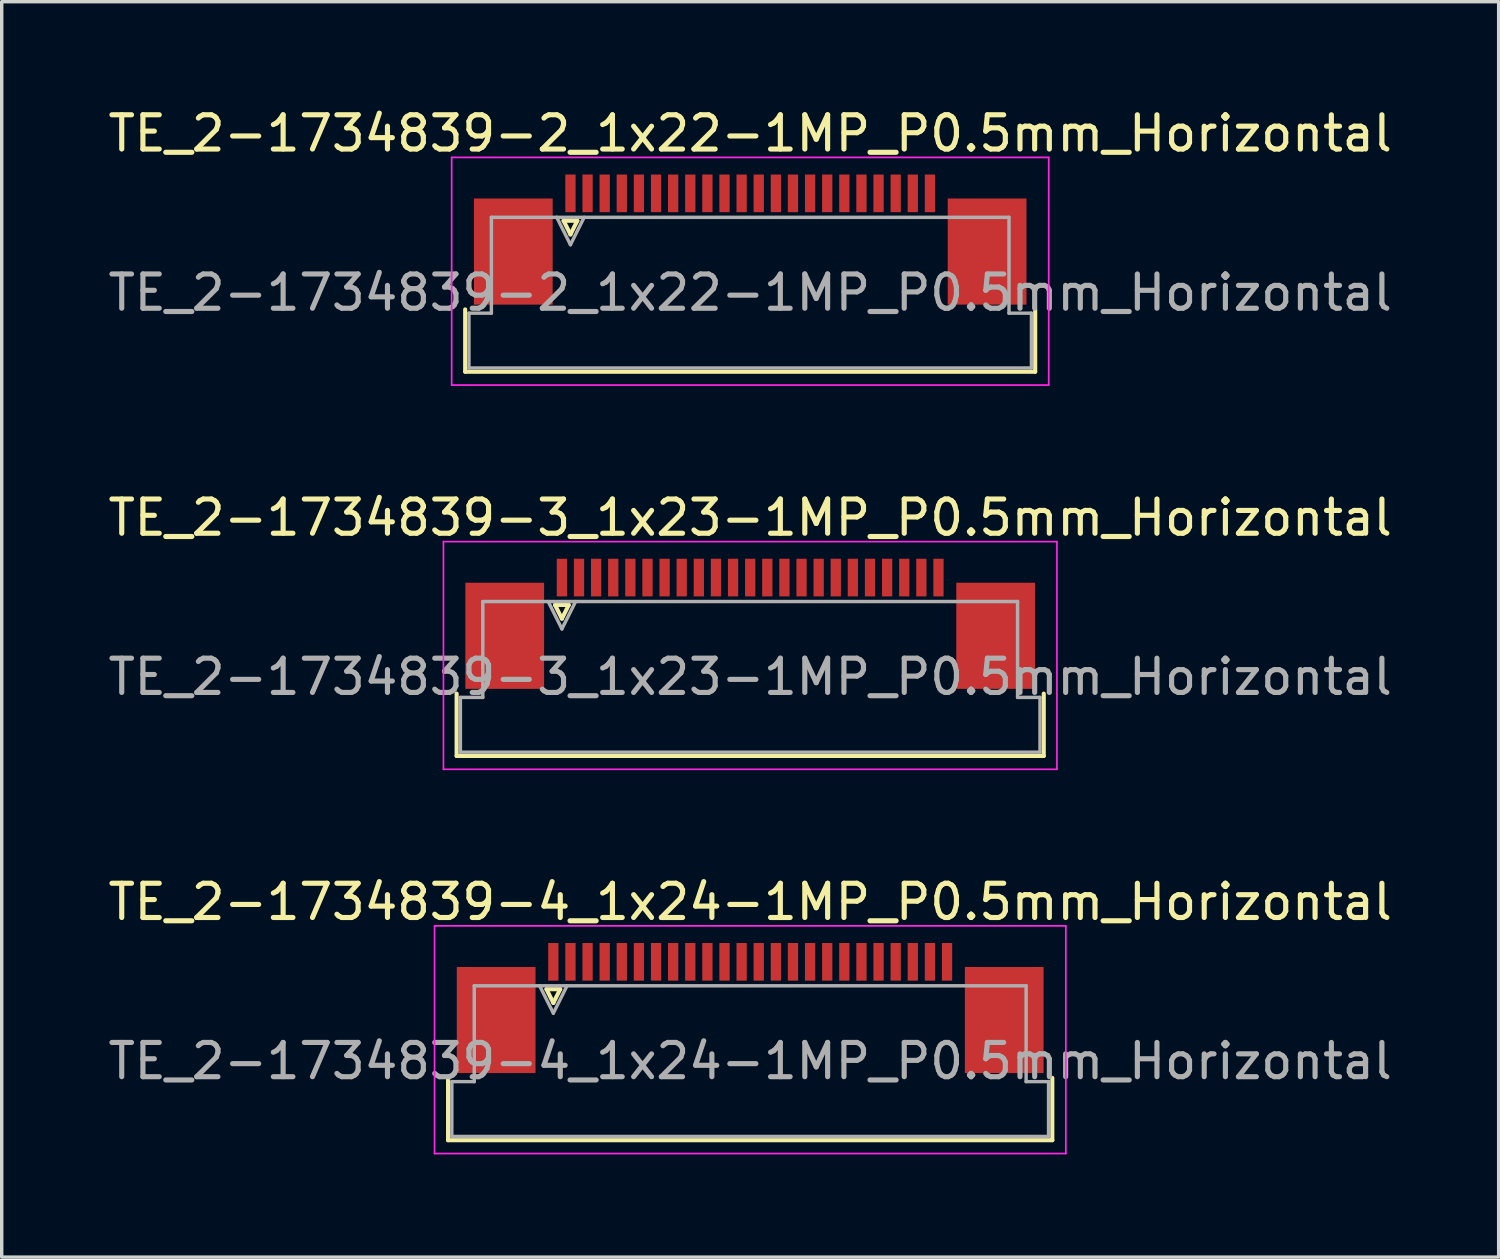
<source format=kicad_pcb>
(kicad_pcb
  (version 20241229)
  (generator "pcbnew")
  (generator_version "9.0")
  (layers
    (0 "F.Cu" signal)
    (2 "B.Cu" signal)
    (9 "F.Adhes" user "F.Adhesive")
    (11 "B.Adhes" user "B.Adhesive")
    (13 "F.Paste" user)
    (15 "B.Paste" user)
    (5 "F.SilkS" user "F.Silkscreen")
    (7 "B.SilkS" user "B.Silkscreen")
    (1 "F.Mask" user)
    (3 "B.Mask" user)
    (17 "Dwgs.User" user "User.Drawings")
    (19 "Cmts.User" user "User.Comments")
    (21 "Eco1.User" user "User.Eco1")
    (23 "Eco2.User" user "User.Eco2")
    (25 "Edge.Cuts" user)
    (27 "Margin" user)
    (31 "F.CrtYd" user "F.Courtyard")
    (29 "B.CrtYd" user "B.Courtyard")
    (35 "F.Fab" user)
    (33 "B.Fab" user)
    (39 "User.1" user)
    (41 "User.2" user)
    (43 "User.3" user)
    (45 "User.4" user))
  (footprint "TE_2-1734839-2_1x22-1MP_P0.5mm_Horizontal"
    (layer "F.Cu")
    (at 18.863 4.398)
    (property "Reference" "TE_2-1734839-2_1x22-1MP_P0.5mm_Horizontal" (at 0 -3.55 0) (layer "F.SilkS") (effects (font (size 1 1) (thickness 0.15))))
    (attr smd)
    (fp_line (start -8.325 3.41) (end -8.325 1.59) (stroke (width 0.12) (type solid)) (layer "F.SilkS"))
    (fp_line (start -5.45 -1) (end -5.25 -0.6) (stroke (width 0.12) (type solid)) (layer "F.SilkS"))
    (fp_line (start -5.25 -0.6) (end -5.05 -1) (stroke (width 0.12) (type solid)) (layer "F.SilkS"))
    (fp_line (start -5.05 -1) (end -5.45 -1) (stroke (width 0.12) (type solid)) (layer "F.SilkS"))
    (fp_line (start 8.325 1.59) (end 8.325 3.41) (stroke (width 0.12) (type solid)) (layer "F.SilkS"))
    (fp_line (start 8.325 3.41) (end -8.325 3.41) (stroke (width 0.12) (type solid)) (layer "F.SilkS"))
    (fp_line (start -8.72 -2.85) (end -8.72 3.8) (stroke (width 0.05) (type solid)) (layer "F.CrtYd"))
    (fp_line (start -8.72 3.8) (end 8.72 3.8) (stroke (width 0.05) (type solid)) (layer "F.CrtYd"))
    (fp_line (start 8.72 -2.85) (end -8.72 -2.85) (stroke (width 0.05) (type solid)) (layer "F.CrtYd"))
    (fp_line (start 8.72 3.8) (end 8.72 -2.85) (stroke (width 0.05) (type solid)) (layer "F.CrtYd"))
    (fp_line (start -8.215 1.7) (end -7.56 1.7) (stroke (width 0.1) (type solid)) (layer "F.Fab"))
    (fp_line (start -8.215 3.3) (end -8.215 1.7) (stroke (width 0.1) (type solid)) (layer "F.Fab"))
    (fp_line (start -7.56 -1.1) (end 7.56 -1.1) (stroke (width 0.1) (type solid)) (layer "F.Fab"))
    (fp_line (start -7.56 1.7) (end -7.56 -1.1) (stroke (width 0.1) (type solid)) (layer "F.Fab"))
    (fp_line (start -5.65 -1.1) (end -5.25 -0.3) (stroke (width 0.1) (type solid)) (layer "F.Fab"))
    (fp_line (start -5.25 -0.3) (end -4.85 -1.1) (stroke (width 0.1) (type solid)) (layer "F.Fab"))
    (fp_line (start 7.56 -1.1) (end 7.56 1.7) (stroke (width 0.1) (type solid)) (layer "F.Fab"))
    (fp_line (start 7.56 1.7) (end 8.215 1.7) (stroke (width 0.1) (type solid)) (layer "F.Fab"))
    (fp_line (start 8.215 1.7) (end 8.215 3.3) (stroke (width 0.1) (type solid)) (layer "F.Fab"))
    (fp_line (start 8.215 3.3) (end -8.215 3.3) (stroke (width 0.1) (type solid)) (layer "F.Fab"))
    (fp_text user "${REFERENCE}" (at 0 1.1 0) (layer "F.Fab") (effects (font (size 1 1) (thickness 0.15))))
    (pad "1" smd rect (at -5.25 -1.8) (size 0.3 1.1) (layers "F.Cu" "F.Mask" "F.Paste"))
    (pad "2" smd rect (at -4.75 -1.8) (size 0.3 1.1) (layers "F.Cu" "F.Mask" "F.Paste"))
    (pad "3" smd rect (at -4.25 -1.8) (size 0.3 1.1) (layers "F.Cu" "F.Mask" "F.Paste"))
    (pad "4" smd rect (at -3.75 -1.8) (size 0.3 1.1) (layers "F.Cu" "F.Mask" "F.Paste"))
    (pad "5" smd rect (at -3.25 -1.8) (size 0.3 1.1) (layers "F.Cu" "F.Mask" "F.Paste"))
    (pad "6" smd rect (at -2.75 -1.8) (size 0.3 1.1) (layers "F.Cu" "F.Mask" "F.Paste"))
    (pad "7" smd rect (at -2.25 -1.8) (size 0.3 1.1) (layers "F.Cu" "F.Mask" "F.Paste"))
    (pad "8" smd rect (at -1.75 -1.8) (size 0.3 1.1) (layers "F.Cu" "F.Mask" "F.Paste"))
    (pad "9" smd rect (at -1.25 -1.8) (size 0.3 1.1) (layers "F.Cu" "F.Mask" "F.Paste"))
    (pad "10" smd rect (at -0.75 -1.8) (size 0.3 1.1) (layers "F.Cu" "F.Mask" "F.Paste"))
    (pad "11" smd rect (at -0.25 -1.8) (size 0.3 1.1) (layers "F.Cu" "F.Mask" "F.Paste"))
    (pad "12" smd rect (at 0.25 -1.8) (size 0.3 1.1) (layers "F.Cu" "F.Mask" "F.Paste"))
    (pad "13" smd rect (at 0.75 -1.8) (size 0.3 1.1) (layers "F.Cu" "F.Mask" "F.Paste"))
    (pad "14" smd rect (at 1.25 -1.8) (size 0.3 1.1) (layers "F.Cu" "F.Mask" "F.Paste"))
    (pad "15" smd rect (at 1.75 -1.8) (size 0.3 1.1) (layers "F.Cu" "F.Mask" "F.Paste"))
    (pad "16" smd rect (at 2.25 -1.8) (size 0.3 1.1) (layers "F.Cu" "F.Mask" "F.Paste"))
    (pad "17" smd rect (at 2.75 -1.8) (size 0.3 1.1) (layers "F.Cu" "F.Mask" "F.Paste"))
    (pad "18" smd rect (at 3.25 -1.8) (size 0.3 1.1) (layers "F.Cu" "F.Mask" "F.Paste"))
    (pad "19" smd rect (at 3.75 -1.8) (size 0.3 1.1) (layers "F.Cu" "F.Mask" "F.Paste"))
    (pad "20" smd rect (at 4.25 -1.8) (size 0.3 1.1) (layers "F.Cu" "F.Mask" "F.Paste"))
    (pad "21" smd rect (at 4.75 -1.8) (size 0.3 1.1) (layers "F.Cu" "F.Mask" "F.Paste"))
    (pad "22" smd rect (at 5.25 -1.8) (size 0.3 1.1) (layers "F.Cu" "F.Mask" "F.Paste"))
    (pad "MP" smd rect (at -6.92 -0.1) (size 2.3 3.1) (layers "F.Cu" "F.Mask" "F.Paste"))
    (pad "MP" smd rect (at 6.92 -0.1) (size 2.3 3.1) (layers "F.Cu" "F.Mask" "F.Paste")))
  (footprint "TE_2-1734839-4_1x24-1MP_P0.5mm_Horizontal"
    (layer "F.Cu")
    (at 18.863 26.395)
    (property "Reference" "TE_2-1734839-4_1x24-1MP_P0.5mm_Horizontal" (at 0 -3.1 0) (layer "F.SilkS") (effects (font (size 1 1) (thickness 0.15))))
    (attr smd)
    (fp_line (start -8.825 3.86) (end -8.825 2.04) (stroke (width 0.12) (type solid)) (layer "F.SilkS"))
    (fp_line (start -5.95 -0.55) (end -5.75 -0.15) (stroke (width 0.12) (type solid)) (layer "F.SilkS"))
    (fp_line (start -5.75 -0.15) (end -5.55 -0.55) (stroke (width 0.12) (type solid)) (layer "F.SilkS"))
    (fp_line (start -5.55 -0.55) (end -5.95 -0.55) (stroke (width 0.12) (type solid)) (layer "F.SilkS"))
    (fp_line (start 8.825 2.04) (end 8.825 3.86) (stroke (width 0.12) (type solid)) (layer "F.SilkS"))
    (fp_line (start 8.825 3.86) (end -8.825 3.86) (stroke (width 0.12) (type solid)) (layer "F.SilkS"))
    (fp_line (start -9.22 -2.4) (end -9.22 4.25) (stroke (width 0.05) (type solid)) (layer "F.CrtYd"))
    (fp_line (start -9.22 4.25) (end 9.22 4.25) (stroke (width 0.05) (type solid)) (layer "F.CrtYd"))
    (fp_line (start 9.22 -2.4) (end -9.22 -2.4) (stroke (width 0.05) (type solid)) (layer "F.CrtYd"))
    (fp_line (start 9.22 4.25) (end 9.22 -2.4) (stroke (width 0.05) (type solid)) (layer "F.CrtYd"))
    (fp_line (start -8.715 2.15) (end -8.06 2.15) (stroke (width 0.1) (type solid)) (layer "F.Fab"))
    (fp_line (start -8.715 3.75) (end -8.715 2.15) (stroke (width 0.1) (type solid)) (layer "F.Fab"))
    (fp_line (start -8.06 -0.65) (end 8.06 -0.65) (stroke (width 0.1) (type solid)) (layer "F.Fab"))
    (fp_line (start -8.06 2.15) (end -8.06 -0.65) (stroke (width 0.1) (type solid)) (layer "F.Fab"))
    (fp_line (start -6.15 -0.65) (end -5.75 0.15) (stroke (width 0.1) (type solid)) (layer "F.Fab"))
    (fp_line (start -5.75 0.15) (end -5.35 -0.65) (stroke (width 0.1) (type solid)) (layer "F.Fab"))
    (fp_line (start 8.06 -0.65) (end 8.06 2.15) (stroke (width 0.1) (type solid)) (layer "F.Fab"))
    (fp_line (start 8.06 2.15) (end 8.715 2.15) (stroke (width 0.1) (type solid)) (layer "F.Fab"))
    (fp_line (start 8.715 2.15) (end 8.715 3.75) (stroke (width 0.1) (type solid)) (layer "F.Fab"))
    (fp_line (start 8.715 3.75) (end -8.715 3.75) (stroke (width 0.1) (type solid)) (layer "F.Fab"))
    (fp_text user "${REFERENCE}" (at 0 1.55 0) (layer "F.Fab") (effects (font (size 1 1) (thickness 0.15))))
    (pad "1" smd rect (at -5.75 -1.35) (size 0.3 1.1) (layers "F.Cu" "F.Mask" "F.Paste"))
    (pad "2" smd rect (at -5.25 -1.35) (size 0.3 1.1) (layers "F.Cu" "F.Mask" "F.Paste"))
    (pad "3" smd rect (at -4.75 -1.35) (size 0.3 1.1) (layers "F.Cu" "F.Mask" "F.Paste"))
    (pad "4" smd rect (at -4.25 -1.35) (size 0.3 1.1) (layers "F.Cu" "F.Mask" "F.Paste"))
    (pad "5" smd rect (at -3.75 -1.35) (size 0.3 1.1) (layers "F.Cu" "F.Mask" "F.Paste"))
    (pad "6" smd rect (at -3.25 -1.35) (size 0.3 1.1) (layers "F.Cu" "F.Mask" "F.Paste"))
    (pad "7" smd rect (at -2.75 -1.35) (size 0.3 1.1) (layers "F.Cu" "F.Mask" "F.Paste"))
    (pad "8" smd rect (at -2.25 -1.35) (size 0.3 1.1) (layers "F.Cu" "F.Mask" "F.Paste"))
    (pad "9" smd rect (at -1.75 -1.35) (size 0.3 1.1) (layers "F.Cu" "F.Mask" "F.Paste"))
    (pad "10" smd rect (at -1.25 -1.35) (size 0.3 1.1) (layers "F.Cu" "F.Mask" "F.Paste"))
    (pad "11" smd rect (at -0.75 -1.35) (size 0.3 1.1) (layers "F.Cu" "F.Mask" "F.Paste"))
    (pad "12" smd rect (at -0.25 -1.35) (size 0.3 1.1) (layers "F.Cu" "F.Mask" "F.Paste"))
    (pad "13" smd rect (at 0.25 -1.35) (size 0.3 1.1) (layers "F.Cu" "F.Mask" "F.Paste"))
    (pad "14" smd rect (at 0.75 -1.35) (size 0.3 1.1) (layers "F.Cu" "F.Mask" "F.Paste"))
    (pad "15" smd rect (at 1.25 -1.35) (size 0.3 1.1) (layers "F.Cu" "F.Mask" "F.Paste"))
    (pad "16" smd rect (at 1.75 -1.35) (size 0.3 1.1) (layers "F.Cu" "F.Mask" "F.Paste"))
    (pad "17" smd rect (at 2.25 -1.35) (size 0.3 1.1) (layers "F.Cu" "F.Mask" "F.Paste"))
    (pad "18" smd rect (at 2.75 -1.35) (size 0.3 1.1) (layers "F.Cu" "F.Mask" "F.Paste"))
    (pad "19" smd rect (at 3.25 -1.35) (size 0.3 1.1) (layers "F.Cu" "F.Mask" "F.Paste"))
    (pad "20" smd rect (at 3.75 -1.35) (size 0.3 1.1) (layers "F.Cu" "F.Mask" "F.Paste"))
    (pad "21" smd rect (at 4.25 -1.35) (size 0.3 1.1) (layers "F.Cu" "F.Mask" "F.Paste"))
    (pad "22" smd rect (at 4.75 -1.35) (size 0.3 1.1) (layers "F.Cu" "F.Mask" "F.Paste"))
    (pad "23" smd rect (at 5.25 -1.35) (size 0.3 1.1) (layers "F.Cu" "F.Mask" "F.Paste"))
    (pad "24" smd rect (at 5.75 -1.35) (size 0.3 1.1) (layers "F.Cu" "F.Mask" "F.Paste"))
    (pad "MP" smd rect (at -7.42 0.35) (size 2.3 3.1) (layers "F.Cu" "F.Mask" "F.Paste"))
    (pad "MP" smd rect (at 7.42 0.35) (size 2.3 3.1) (layers "F.Cu" "F.Mask" "F.Paste")))
  (footprint "TE_2-1734839-3_1x23-1MP_P0.5mm_Horizontal"
    (layer "F.Cu")
    (at 18.863 15.621)
    (property "Reference" "TE_2-1734839-3_1x23-1MP_P0.5mm_Horizontal" (at 0 -3.55 0) (layer "F.SilkS") (effects (font (size 1 1) (thickness 0.15))))
    (attr smd)
    (fp_line (start -8.575 3.41) (end -8.575 1.59) (stroke (width 0.12) (type solid)) (layer "F.SilkS"))
    (fp_line (start -5.7 -1) (end -5.5 -0.6) (stroke (width 0.12) (type solid)) (layer "F.SilkS"))
    (fp_line (start -5.5 -0.6) (end -5.3 -1) (stroke (width 0.12) (type solid)) (layer "F.SilkS"))
    (fp_line (start -5.3 -1) (end -5.7 -1) (stroke (width 0.12) (type solid)) (layer "F.SilkS"))
    (fp_line (start 8.575 1.59) (end 8.575 3.41) (stroke (width 0.12) (type solid)) (layer "F.SilkS"))
    (fp_line (start 8.575 3.41) (end -8.575 3.41) (stroke (width 0.12) (type solid)) (layer "F.SilkS"))
    (fp_line (start -8.96 -2.85) (end -8.96 3.8) (stroke (width 0.05) (type solid)) (layer "F.CrtYd"))
    (fp_line (start -8.96 3.8) (end 8.96 3.8) (stroke (width 0.05) (type solid)) (layer "F.CrtYd"))
    (fp_line (start 8.96 -2.85) (end -8.96 -2.85) (stroke (width 0.05) (type solid)) (layer "F.CrtYd"))
    (fp_line (start 8.96 3.8) (end 8.96 -2.85) (stroke (width 0.05) (type solid)) (layer "F.CrtYd"))
    (fp_line (start -8.465 1.7) (end -7.81 1.7) (stroke (width 0.1) (type solid)) (layer "F.Fab"))
    (fp_line (start -8.465 3.3) (end -8.465 1.7) (stroke (width 0.1) (type solid)) (layer "F.Fab"))
    (fp_line (start -7.81 -1.1) (end 7.81 -1.1) (stroke (width 0.1) (type solid)) (layer "F.Fab"))
    (fp_line (start -7.81 1.7) (end -7.81 -1.1) (stroke (width 0.1) (type solid)) (layer "F.Fab"))
    (fp_line (start -5.9 -1.1) (end -5.5 -0.3) (stroke (width 0.1) (type solid)) (layer "F.Fab"))
    (fp_line (start -5.5 -0.3) (end -5.1 -1.1) (stroke (width 0.1) (type solid)) (layer "F.Fab"))
    (fp_line (start 7.81 -1.1) (end 7.81 1.7) (stroke (width 0.1) (type solid)) (layer "F.Fab"))
    (fp_line (start 7.81 1.7) (end 8.465 1.7) (stroke (width 0.1) (type solid)) (layer "F.Fab"))
    (fp_line (start 8.465 1.7) (end 8.465 3.3) (stroke (width 0.1) (type solid)) (layer "F.Fab"))
    (fp_line (start 8.465 3.3) (end -8.465 3.3) (stroke (width 0.1) (type solid)) (layer "F.Fab"))
    (fp_text user "${REFERENCE}" (at 0 1.1 0) (layer "F.Fab") (effects (font (size 1 1) (thickness 0.15))))
    (pad "1" smd rect (at -5.5 -1.8) (size 0.3 1.1) (layers "F.Cu" "F.Mask" "F.Paste"))
    (pad "2" smd rect (at -5 -1.8) (size 0.3 1.1) (layers "F.Cu" "F.Mask" "F.Paste"))
    (pad "3" smd rect (at -4.5 -1.8) (size 0.3 1.1) (layers "F.Cu" "F.Mask" "F.Paste"))
    (pad "4" smd rect (at -4 -1.8) (size 0.3 1.1) (layers "F.Cu" "F.Mask" "F.Paste"))
    (pad "5" smd rect (at -3.5 -1.8) (size 0.3 1.1) (layers "F.Cu" "F.Mask" "F.Paste"))
    (pad "6" smd rect (at -3 -1.8) (size 0.3 1.1) (layers "F.Cu" "F.Mask" "F.Paste"))
    (pad "7" smd rect (at -2.5 -1.8) (size 0.3 1.1) (layers "F.Cu" "F.Mask" "F.Paste"))
    (pad "8" smd rect (at -2 -1.8) (size 0.3 1.1) (layers "F.Cu" "F.Mask" "F.Paste"))
    (pad "9" smd rect (at -1.5 -1.8) (size 0.3 1.1) (layers "F.Cu" "F.Mask" "F.Paste"))
    (pad "10" smd rect (at -1 -1.8) (size 0.3 1.1) (layers "F.Cu" "F.Mask" "F.Paste"))
    (pad "11" smd rect (at -0.5 -1.8) (size 0.3 1.1) (layers "F.Cu" "F.Mask" "F.Paste"))
    (pad "12" smd rect (at 0 -1.8) (size 0.3 1.1) (layers "F.Cu" "F.Mask" "F.Paste"))
    (pad "13" smd rect (at 0.5 -1.8) (size 0.3 1.1) (layers "F.Cu" "F.Mask" "F.Paste"))
    (pad "14" smd rect (at 1 -1.8) (size 0.3 1.1) (layers "F.Cu" "F.Mask" "F.Paste"))
    (pad "15" smd rect (at 1.5 -1.8) (size 0.3 1.1) (layers "F.Cu" "F.Mask" "F.Paste"))
    (pad "16" smd rect (at 2 -1.8) (size 0.3 1.1) (layers "F.Cu" "F.Mask" "F.Paste"))
    (pad "17" smd rect (at 2.5 -1.8) (size 0.3 1.1) (layers "F.Cu" "F.Mask" "F.Paste"))
    (pad "18" smd rect (at 3 -1.8) (size 0.3 1.1) (layers "F.Cu" "F.Mask" "F.Paste"))
    (pad "19" smd rect (at 3.5 -1.8) (size 0.3 1.1) (layers "F.Cu" "F.Mask" "F.Paste"))
    (pad "20" smd rect (at 4 -1.8) (size 0.3 1.1) (layers "F.Cu" "F.Mask" "F.Paste"))
    (pad "21" smd rect (at 4.5 -1.8) (size 0.3 1.1) (layers "F.Cu" "F.Mask" "F.Paste"))
    (pad "22" smd rect (at 5 -1.8) (size 0.3 1.1) (layers "F.Cu" "F.Mask" "F.Paste"))
    (pad "23" smd rect (at 5.5 -1.8) (size 0.3 1.1) (layers "F.Cu" "F.Mask" "F.Paste"))
    (pad "MP" smd rect (at -7.17 -0.1) (size 2.3 3.1) (layers "F.Cu" "F.Mask" "F.Paste"))
    (pad "MP" smd rect (at 7.17 -0.1) (size 2.3 3.1) (layers "F.Cu" "F.Mask" "F.Paste")))
  (gr_rect
    (start -3 -3)
    (end 40.726 33.67)
    (stroke (width 0.1) (type default))
    (fill no)
    (layer "Edge.Cuts")))
</source>
